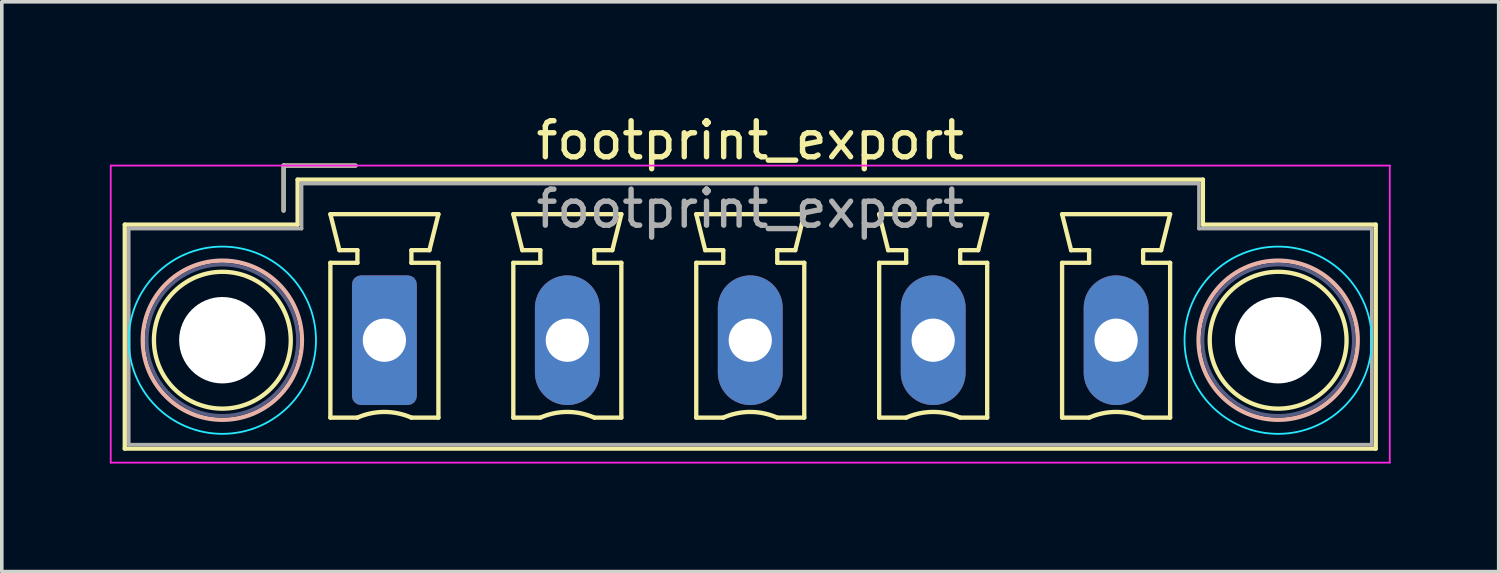
<source format=kicad_pcb>
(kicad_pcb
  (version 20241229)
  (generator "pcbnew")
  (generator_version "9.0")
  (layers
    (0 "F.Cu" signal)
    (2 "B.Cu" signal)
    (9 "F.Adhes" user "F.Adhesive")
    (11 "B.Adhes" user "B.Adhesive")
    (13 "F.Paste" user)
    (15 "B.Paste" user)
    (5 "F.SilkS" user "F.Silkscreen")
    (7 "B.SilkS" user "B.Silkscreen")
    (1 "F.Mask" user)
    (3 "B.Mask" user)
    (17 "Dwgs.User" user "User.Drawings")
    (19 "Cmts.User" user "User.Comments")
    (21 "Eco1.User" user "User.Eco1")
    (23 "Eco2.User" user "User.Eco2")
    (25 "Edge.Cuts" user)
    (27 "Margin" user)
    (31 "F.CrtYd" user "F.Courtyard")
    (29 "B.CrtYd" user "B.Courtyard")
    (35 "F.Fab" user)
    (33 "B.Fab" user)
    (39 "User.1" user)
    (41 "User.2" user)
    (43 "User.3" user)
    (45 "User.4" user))
  (footprint "footprint_export"
    (layer "F.Cu")
    (at 7.625 6.398)
    (property "Reference" "footprint_export" (at 10.16 -5.55 0) (layer "F.SilkS") (effects (font (size 1 1) (thickness 0.15))))
    (attr through_hole)
    (fp_line (start -7.21 -3.21) (end -7.21 3.01) (stroke (width 0.12) (type solid)) (layer "F.SilkS"))
    (fp_line (start -7.21 3.01) (end 27.53 3.01) (stroke (width 0.12) (type solid)) (layer "F.SilkS"))
    (fp_line (start -2.8 -4.85) (end -0.8 -4.85) (stroke (width 0.12) (type solid)) (layer "F.SilkS"))
    (fp_line (start -2.8 -3.6) (end -2.8 -4.85) (stroke (width 0.12) (type solid)) (layer "F.SilkS"))
    (fp_line (start -2.41 -4.46) (end -2.41 -3.21) (stroke (width 0.12) (type solid)) (layer "F.SilkS"))
    (fp_line (start -2.41 -3.21) (end -7.21 -3.21) (stroke (width 0.12) (type solid)) (layer "F.SilkS"))
    (fp_line (start -1.5 -3.5) (end 1.5 -3.5) (stroke (width 0.12) (type solid)) (layer "F.SilkS"))
    (fp_line (start -1.5 -2.15) (end -0.75 -2.15) (stroke (width 0.12) (type solid)) (layer "F.SilkS"))
    (fp_line (start -1.5 2.15) (end -1.5 -2.15) (stroke (width 0.12) (type solid)) (layer "F.SilkS"))
    (fp_line (start -1.25 -2.5) (end -1.5 -3.5) (stroke (width 0.12) (type solid)) (layer "F.SilkS"))
    (fp_line (start -0.75 -2.5) (end -1.25 -2.5) (stroke (width 0.12) (type solid)) (layer "F.SilkS"))
    (fp_line (start -0.75 -2.15) (end -0.75 -2.5) (stroke (width 0.12) (type solid)) (layer "F.SilkS"))
    (fp_line (start -0.75 2.15) (end -1.5 2.15) (stroke (width 0.12) (type solid)) (layer "F.SilkS"))
    (fp_line (start 0.75 -2.5) (end 0.75 -2.15) (stroke (width 0.12) (type solid)) (layer "F.SilkS"))
    (fp_line (start 0.75 -2.15) (end 1.5 -2.15) (stroke (width 0.12) (type solid)) (layer "F.SilkS"))
    (fp_line (start 1.25 -2.5) (end 0.75 -2.5) (stroke (width 0.12) (type solid)) (layer "F.SilkS"))
    (fp_line (start 1.5 -3.5) (end 1.25 -2.5) (stroke (width 0.12) (type solid)) (layer "F.SilkS"))
    (fp_line (start 1.5 -2.15) (end 1.5 2.15) (stroke (width 0.12) (type solid)) (layer "F.SilkS"))
    (fp_line (start 1.5 2.15) (end 0.75 2.15) (stroke (width 0.12) (type solid)) (layer "F.SilkS"))
    (fp_line (start 3.58 -3.5) (end 6.58 -3.5) (stroke (width 0.12) (type solid)) (layer "F.SilkS"))
    (fp_line (start 3.58 -2.15) (end 4.33 -2.15) (stroke (width 0.12) (type solid)) (layer "F.SilkS"))
    (fp_line (start 3.58 2.15) (end 3.58 -2.15) (stroke (width 0.12) (type solid)) (layer "F.SilkS"))
    (fp_line (start 3.83 -2.5) (end 3.58 -3.5) (stroke (width 0.12) (type solid)) (layer "F.SilkS"))
    (fp_line (start 4.33 -2.5) (end 3.83 -2.5) (stroke (width 0.12) (type solid)) (layer "F.SilkS"))
    (fp_line (start 4.33 -2.15) (end 4.33 -2.5) (stroke (width 0.12) (type solid)) (layer "F.SilkS"))
    (fp_line (start 4.33 2.15) (end 3.58 2.15) (stroke (width 0.12) (type solid)) (layer "F.SilkS"))
    (fp_line (start 5.83 -2.5) (end 5.83 -2.15) (stroke (width 0.12) (type solid)) (layer "F.SilkS"))
    (fp_line (start 5.83 -2.15) (end 6.58 -2.15) (stroke (width 0.12) (type solid)) (layer "F.SilkS"))
    (fp_line (start 6.33 -2.5) (end 5.83 -2.5) (stroke (width 0.12) (type solid)) (layer "F.SilkS"))
    (fp_line (start 6.58 -3.5) (end 6.33 -2.5) (stroke (width 0.12) (type solid)) (layer "F.SilkS"))
    (fp_line (start 6.58 -2.15) (end 6.58 2.15) (stroke (width 0.12) (type solid)) (layer "F.SilkS"))
    (fp_line (start 6.58 2.15) (end 5.83 2.15) (stroke (width 0.12) (type solid)) (layer "F.SilkS"))
    (fp_line (start 8.66 -3.5) (end 11.66 -3.5) (stroke (width 0.12) (type solid)) (layer "F.SilkS"))
    (fp_line (start 8.66 -2.15) (end 9.41 -2.15) (stroke (width 0.12) (type solid)) (layer "F.SilkS"))
    (fp_line (start 8.66 2.15) (end 8.66 -2.15) (stroke (width 0.12) (type solid)) (layer "F.SilkS"))
    (fp_line (start 8.91 -2.5) (end 8.66 -3.5) (stroke (width 0.12) (type solid)) (layer "F.SilkS"))
    (fp_line (start 9.41 -2.5) (end 8.91 -2.5) (stroke (width 0.12) (type solid)) (layer "F.SilkS"))
    (fp_line (start 9.41 -2.15) (end 9.41 -2.5) (stroke (width 0.12) (type solid)) (layer "F.SilkS"))
    (fp_line (start 9.41 2.15) (end 8.66 2.15) (stroke (width 0.12) (type solid)) (layer "F.SilkS"))
    (fp_line (start 10.91 -2.5) (end 10.91 -2.15) (stroke (width 0.12) (type solid)) (layer "F.SilkS"))
    (fp_line (start 10.91 -2.15) (end 11.66 -2.15) (stroke (width 0.12) (type solid)) (layer "F.SilkS"))
    (fp_line (start 11.41 -2.5) (end 10.91 -2.5) (stroke (width 0.12) (type solid)) (layer "F.SilkS"))
    (fp_line (start 11.66 -3.5) (end 11.41 -2.5) (stroke (width 0.12) (type solid)) (layer "F.SilkS"))
    (fp_line (start 11.66 -2.15) (end 11.66 2.15) (stroke (width 0.12) (type solid)) (layer "F.SilkS"))
    (fp_line (start 11.66 2.15) (end 10.91 2.15) (stroke (width 0.12) (type solid)) (layer "F.SilkS"))
    (fp_line (start 13.74 -3.5) (end 16.74 -3.5) (stroke (width 0.12) (type solid)) (layer "F.SilkS"))
    (fp_line (start 13.74 -2.15) (end 14.49 -2.15) (stroke (width 0.12) (type solid)) (layer "F.SilkS"))
    (fp_line (start 13.74 2.15) (end 13.74 -2.15) (stroke (width 0.12) (type solid)) (layer "F.SilkS"))
    (fp_line (start 13.99 -2.5) (end 13.74 -3.5) (stroke (width 0.12) (type solid)) (layer "F.SilkS"))
    (fp_line (start 14.49 -2.5) (end 13.99 -2.5) (stroke (width 0.12) (type solid)) (layer "F.SilkS"))
    (fp_line (start 14.49 -2.15) (end 14.49 -2.5) (stroke (width 0.12) (type solid)) (layer "F.SilkS"))
    (fp_line (start 14.49 2.15) (end 13.74 2.15) (stroke (width 0.12) (type solid)) (layer "F.SilkS"))
    (fp_line (start 15.99 -2.5) (end 15.99 -2.15) (stroke (width 0.12) (type solid)) (layer "F.SilkS"))
    (fp_line (start 15.99 -2.15) (end 16.74 -2.15) (stroke (width 0.12) (type solid)) (layer "F.SilkS"))
    (fp_line (start 16.49 -2.5) (end 15.99 -2.5) (stroke (width 0.12) (type solid)) (layer "F.SilkS"))
    (fp_line (start 16.74 -3.5) (end 16.49 -2.5) (stroke (width 0.12) (type solid)) (layer "F.SilkS"))
    (fp_line (start 16.74 -2.15) (end 16.74 2.15) (stroke (width 0.12) (type solid)) (layer "F.SilkS"))
    (fp_line (start 16.74 2.15) (end 15.99 2.15) (stroke (width 0.12) (type solid)) (layer "F.SilkS"))
    (fp_line (start 18.82 -3.5) (end 21.82 -3.5) (stroke (width 0.12) (type solid)) (layer "F.SilkS"))
    (fp_line (start 18.82 -2.15) (end 19.57 -2.15) (stroke (width 0.12) (type solid)) (layer "F.SilkS"))
    (fp_line (start 18.82 2.15) (end 18.82 -2.15) (stroke (width 0.12) (type solid)) (layer "F.SilkS"))
    (fp_line (start 19.07 -2.5) (end 18.82 -3.5) (stroke (width 0.12) (type solid)) (layer "F.SilkS"))
    (fp_line (start 19.57 -2.5) (end 19.07 -2.5) (stroke (width 0.12) (type solid)) (layer "F.SilkS"))
    (fp_line (start 19.57 -2.15) (end 19.57 -2.5) (stroke (width 0.12) (type solid)) (layer "F.SilkS"))
    (fp_line (start 19.57 2.15) (end 18.82 2.15) (stroke (width 0.12) (type solid)) (layer "F.SilkS"))
    (fp_line (start 21.07 -2.5) (end 21.07 -2.15) (stroke (width 0.12) (type solid)) (layer "F.SilkS"))
    (fp_line (start 21.07 -2.15) (end 21.82 -2.15) (stroke (width 0.12) (type solid)) (layer "F.SilkS"))
    (fp_line (start 21.57 -2.5) (end 21.07 -2.5) (stroke (width 0.12) (type solid)) (layer "F.SilkS"))
    (fp_line (start 21.82 -3.5) (end 21.57 -2.5) (stroke (width 0.12) (type solid)) (layer "F.SilkS"))
    (fp_line (start 21.82 -2.15) (end 21.82 2.15) (stroke (width 0.12) (type solid)) (layer "F.SilkS"))
    (fp_line (start 21.82 2.15) (end 21.07 2.15) (stroke (width 0.12) (type solid)) (layer "F.SilkS"))
    (fp_line (start 22.73 -4.46) (end -2.41 -4.46) (stroke (width 0.12) (type solid)) (layer "F.SilkS"))
    (fp_line (start 22.73 -3.21) (end 22.73 -4.46) (stroke (width 0.12) (type solid)) (layer "F.SilkS"))
    (fp_line (start 27.53 -3.21) (end 22.73 -3.21) (stroke (width 0.12) (type solid)) (layer "F.SilkS"))
    (fp_line (start 27.53 3.01) (end 27.53 -3.21) (stroke (width 0.12) (type solid)) (layer "F.SilkS"))
    (fp_arc (start -0.75 2.15) (mid -0.000193 1.99191) (end 0.749647 2.149844) (stroke (width 0.12) (type solid)) (layer "F.SilkS"))
    (fp_arc (start 4.33 2.15) (mid 5.079807 1.99191) (end 5.829647 2.149844) (stroke (width 0.12) (type solid)) (layer "F.SilkS"))
    (fp_arc (start 9.41 2.15) (mid 10.159807 1.99191) (end 10.909647 2.149844) (stroke (width 0.12) (type solid)) (layer "F.SilkS"))
    (fp_arc (start 14.49 2.15) (mid 15.239807 1.99191) (end 15.989647 2.149844) (stroke (width 0.12) (type solid)) (layer "F.SilkS"))
    (fp_arc (start 19.57 2.15) (mid 20.319807 1.99191) (end 21.069647 2.149844) (stroke (width 0.12) (type solid)) (layer "F.SilkS"))
    (fp_circle (center -4.5 0) (end -2.6 0) (stroke (width 0.12) (type solid)) (fill no) (layer "F.SilkS"))
    (fp_circle (center 24.82 0) (end 26.72 0) (stroke (width 0.12) (type solid)) (fill no) (layer "F.SilkS"))
    (fp_circle (center -4.5 0) (end -2.29 0) (stroke (width 0.12) (type solid)) (fill no) (layer "B.SilkS"))
    (fp_circle (center 24.82 0) (end 27.03 0) (stroke (width 0.12) (type solid)) (fill no) (layer "B.SilkS"))
    (fp_circle (center -4.5 0) (end -1.9 0) (stroke (width 0.05) (type solid)) (fill no) (layer "B.CrtYd"))
    (fp_circle (center 24.82 0) (end 27.42 0) (stroke (width 0.05) (type solid)) (fill no) (layer "B.CrtYd"))
    (fp_line (start -7.6 -4.85) (end -7.6 3.4) (stroke (width 0.05) (type solid)) (layer "F.CrtYd"))
    (fp_line (start -7.6 3.4) (end 27.92 3.4) (stroke (width 0.05) (type solid)) (layer "F.CrtYd"))
    (fp_line (start 27.92 -4.85) (end -7.6 -4.85) (stroke (width 0.05) (type solid)) (layer "F.CrtYd"))
    (fp_line (start 27.92 3.4) (end 27.92 -4.85) (stroke (width 0.05) (type solid)) (layer "F.CrtYd"))
    (fp_circle (center -4.5 0) (end -2.4 0) (stroke (width 0.1) (type solid)) (fill no) (layer "B.Fab"))
    (fp_circle (center 24.82 0) (end 26.92 0) (stroke (width 0.1) (type solid)) (fill no) (layer "B.Fab"))
    (fp_line (start -7.1 -3.1) (end -7.1 2.9) (stroke (width 0.1) (type solid)) (layer "F.Fab"))
    (fp_line (start -7.1 2.9) (end 27.42 2.9) (stroke (width 0.1) (type solid)) (layer "F.Fab"))
    (fp_line (start -2.8 -4.85) (end -0.8 -4.85) (stroke (width 0.1) (type solid)) (layer "F.Fab"))
    (fp_line (start -2.8 -3.6) (end -2.8 -4.85) (stroke (width 0.1) (type solid)) (layer "F.Fab"))
    (fp_line (start -2.3 -4.35) (end -2.3 -3.1) (stroke (width 0.1) (type solid)) (layer "F.Fab"))
    (fp_line (start -2.3 -3.1) (end -7.1 -3.1) (stroke (width 0.1) (type solid)) (layer "F.Fab"))
    (fp_line (start 22.62 -4.35) (end -2.3 -4.35) (stroke (width 0.1) (type solid)) (layer "F.Fab"))
    (fp_line (start 22.62 -3.1) (end 22.62 -4.35) (stroke (width 0.1) (type solid)) (layer "F.Fab"))
    (fp_line (start 27.42 -3.1) (end 22.62 -3.1) (stroke (width 0.1) (type solid)) (layer "F.Fab"))
    (fp_line (start 27.42 2.9) (end 27.42 -3.1) (stroke (width 0.1) (type solid)) (layer "F.Fab"))
    (fp_text user "${REFERENCE}" (at 10.16 -3.65 0) (layer "F.Fab") (effects (font (size 1 1) (thickness 0.15))))
    (pad "" np_thru_hole circle (at -4.5 0) (size 2.4 2.4) (drill 2.4) (layers "*.Cu" "*.Mask"))
    (pad "" np_thru_hole circle (at 24.82 0) (size 2.4 2.4) (drill 2.4) (layers "*.Cu" "*.Mask"))
    (pad "1" thru_hole roundrect (at 0 0) (size 1.8 3.6) (drill 1.2) (layers "*.Cu" "*.Mask") (roundrect_rratio 0.139))
    (pad "2" thru_hole oval (at 5.08 0) (size 1.8 3.6) (drill 1.2) (layers "*.Cu" "*.Mask"))
    (pad "3" thru_hole oval (at 10.16 0) (size 1.8 3.6) (drill 1.2) (layers "*.Cu" "*.Mask"))
    (pad "4" thru_hole oval (at 15.24 0) (size 1.8 3.6) (drill 1.2) (layers "*.Cu" "*.Mask"))
    (pad "5" thru_hole oval (at 20.32 0) (size 1.8 3.6) (drill 1.2) (layers "*.Cu" "*.Mask")))
  (gr_rect
    (start -3 -3)
    (end 38.57 12.823)
    (stroke (width 0.1) (type default))
    (fill no)
    (layer "Edge.Cuts")))
</source>
